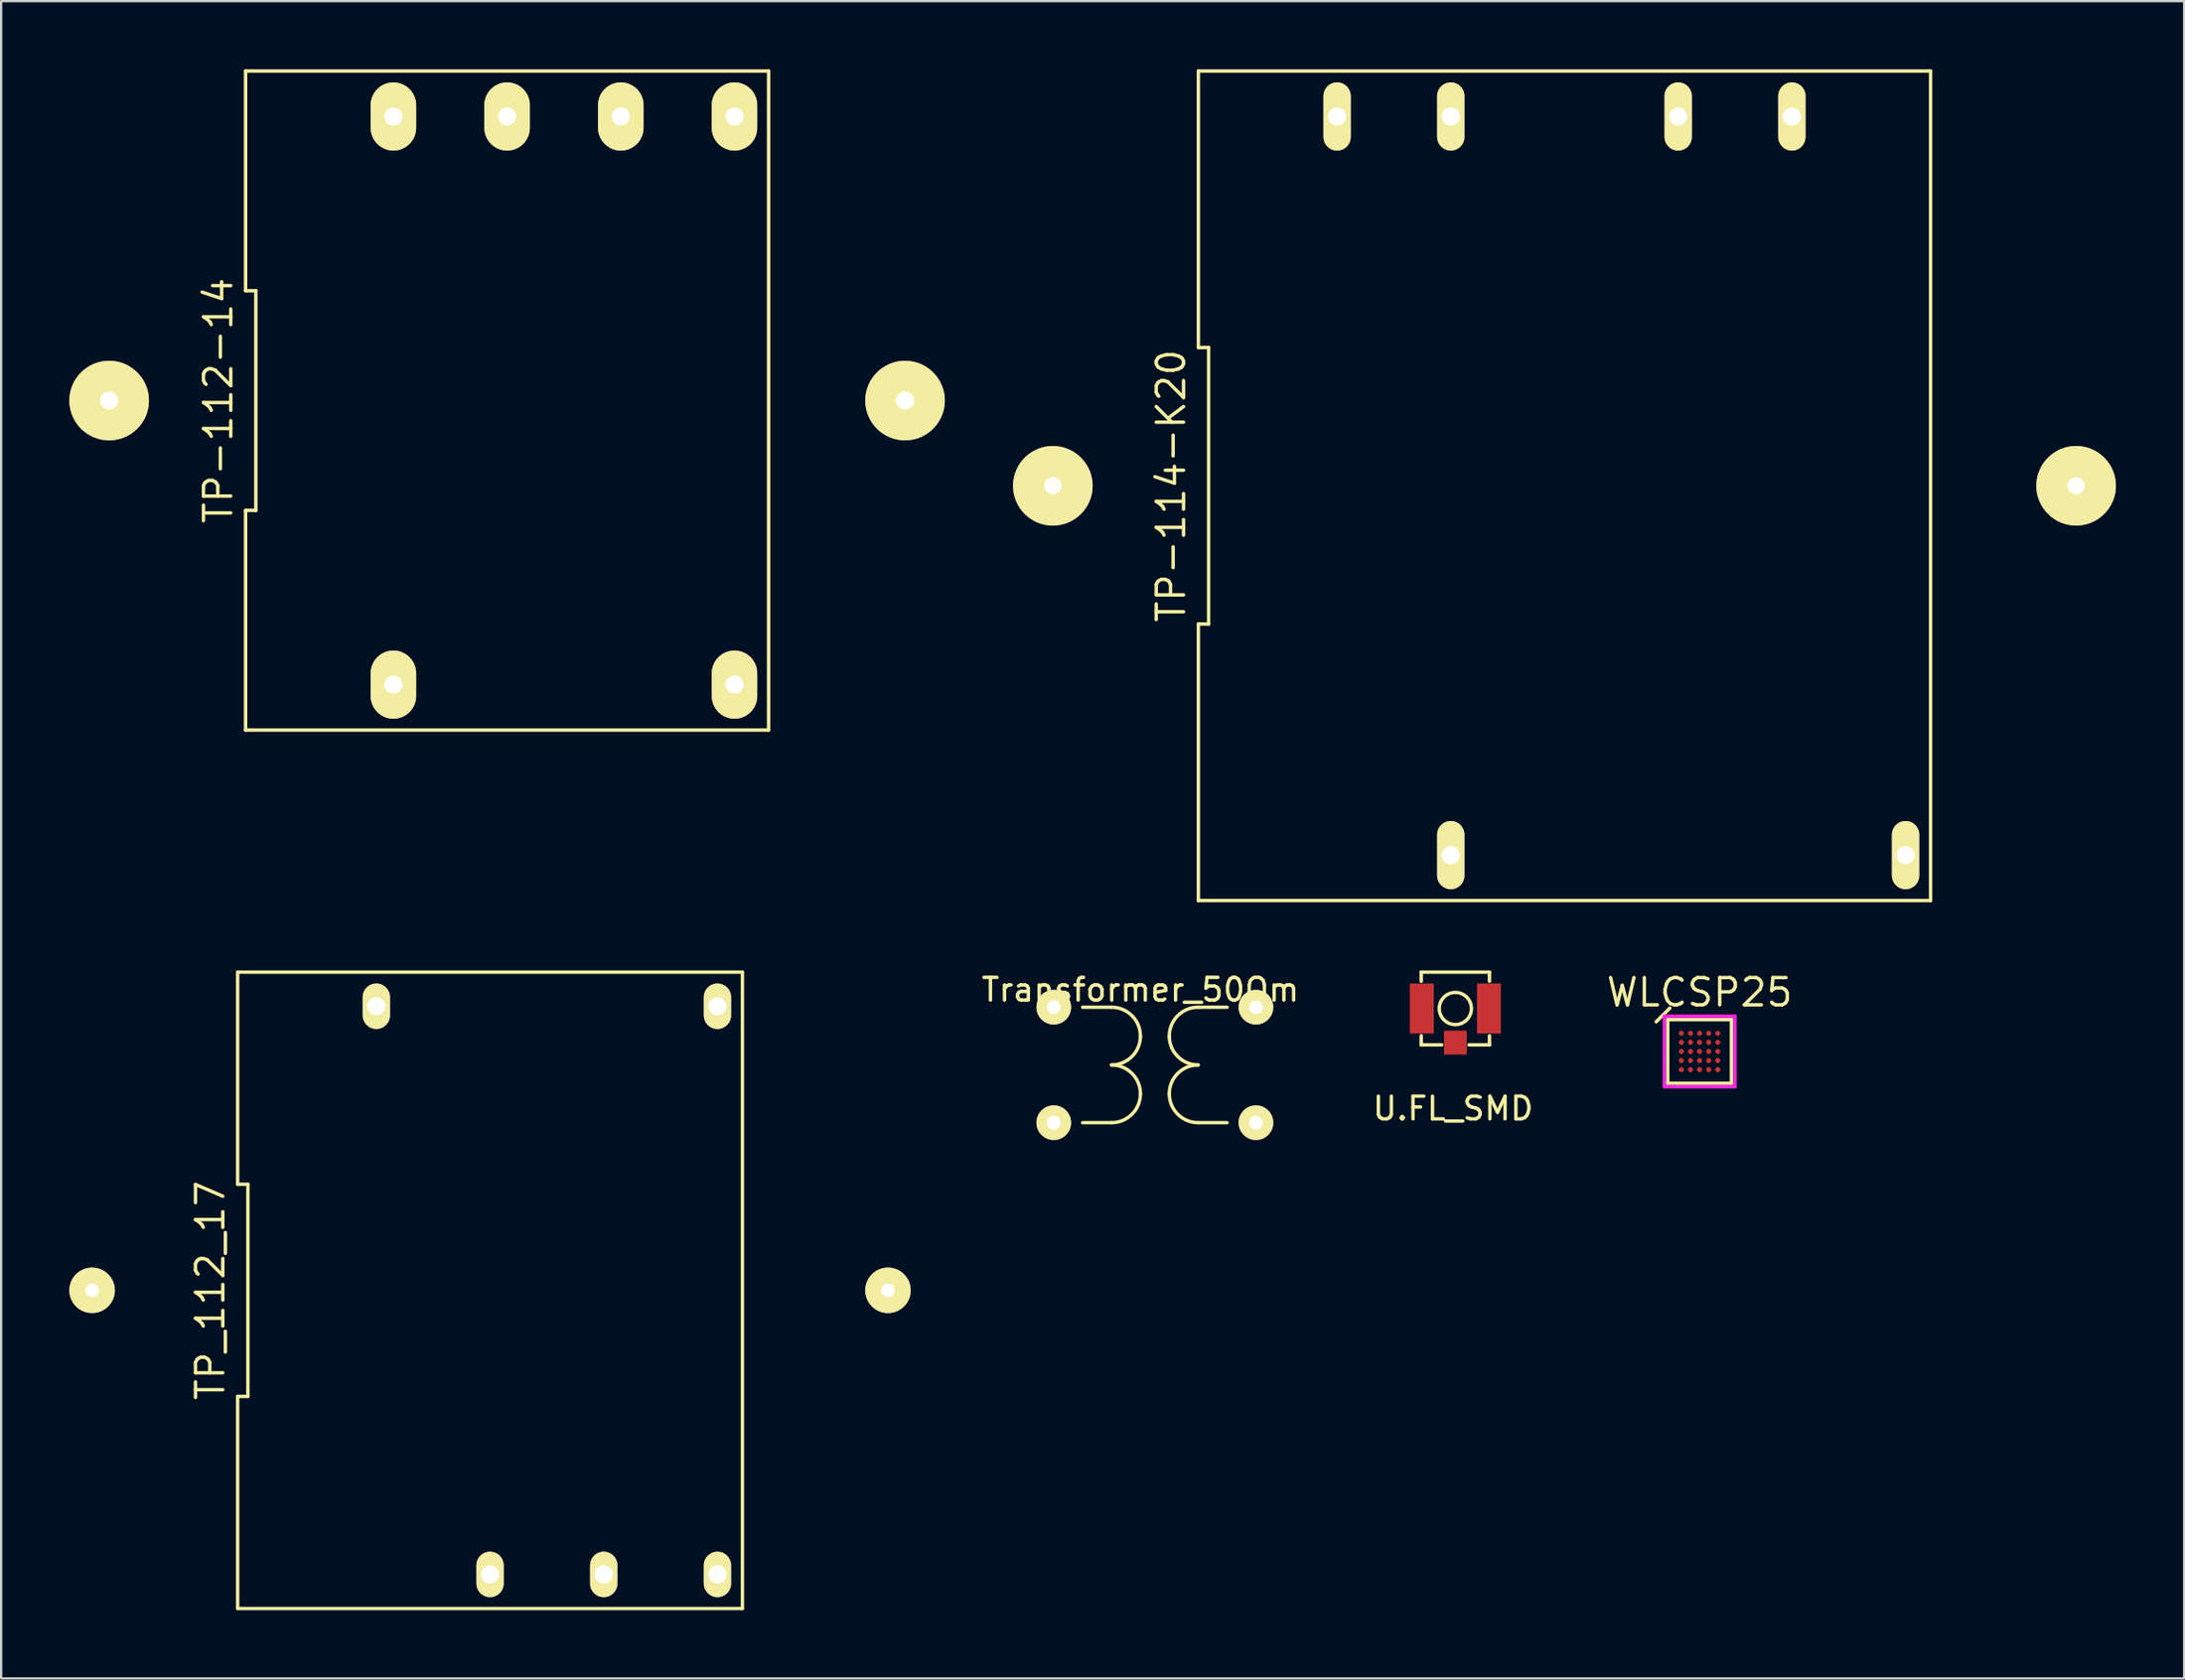
<source format=kicad_pcb>
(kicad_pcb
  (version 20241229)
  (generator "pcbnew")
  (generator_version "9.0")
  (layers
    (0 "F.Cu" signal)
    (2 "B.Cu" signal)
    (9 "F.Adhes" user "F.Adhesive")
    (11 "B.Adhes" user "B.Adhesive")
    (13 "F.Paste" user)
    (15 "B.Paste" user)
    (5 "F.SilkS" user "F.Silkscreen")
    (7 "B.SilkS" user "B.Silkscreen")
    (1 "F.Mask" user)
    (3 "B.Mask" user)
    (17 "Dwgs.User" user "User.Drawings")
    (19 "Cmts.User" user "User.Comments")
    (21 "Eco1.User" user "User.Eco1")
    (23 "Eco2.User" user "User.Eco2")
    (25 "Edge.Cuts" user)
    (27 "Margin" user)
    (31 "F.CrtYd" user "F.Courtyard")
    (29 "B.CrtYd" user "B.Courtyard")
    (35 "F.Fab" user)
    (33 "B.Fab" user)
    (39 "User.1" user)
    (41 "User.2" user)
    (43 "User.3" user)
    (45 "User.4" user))
  (footprint "TP-114-K20"
    (layer "F.Cu")
    (at 65.75 18.325)
    (property "Reference" "TP-114-K20" (at -17.3 0 90) (layer "F.SilkS") (effects (font (size 1.2 1.2) (thickness 0.15))))
    (attr through_hole)
    (fp_line (start -16.1 -6.083) (end -15.65 -6.083) (stroke (width 0.15) (type solid)) (layer "F.SilkS"))
    (fp_line (start -16.1 6.083) (end -16.1 18.25) (stroke (width 0.15) (type solid)) (layer "F.SilkS"))
    (fp_line (start -16.1 18.25) (end 16.1 18.25) (stroke (width 0.15) (type solid)) (layer "F.SilkS"))
    (fp_line (start -16.1 -18.25) (end -16.1 -6.083) (stroke (width 0.15) (type solid)) (layer "F.SilkS"))
    (fp_line (start -15.65 -6.083) (end -15.65 6.083) (stroke (width 0.15) (type solid)) (layer "F.SilkS"))
    (fp_line (start -15.65 6.083) (end -16.1 6.083) (stroke (width 0.15) (type solid)) (layer "F.SilkS"))
    (fp_line (start 16.1 18.25) (end 16.1 -18.25) (stroke (width 0.15) (type solid)) (layer "F.SilkS"))
    (fp_line (start 16.1 -18.25) (end -16.1 -18.25) (stroke (width 0.15) (type solid)) (layer "F.SilkS"))
    (pad "1" thru_hole oval (at -5 16.25) (size 1.2 3) (drill 0.8) (layers "*.Cu" "*.Mask" "F.SilkS"))
    (pad "2" thru_hole oval (at 15 16.25) (size 1.2 3) (drill 0.8) (layers "*.Cu" "*.Mask" "F.SilkS"))
    (pad "3" thru_hole oval (at 10 -16.25) (size 1.2 3) (drill 0.8) (layers "*.Cu" "*.Mask" "F.SilkS"))
    (pad "4" thru_hole oval (at 5 -16.25) (size 1.2 3) (drill 0.8) (layers "*.Cu" "*.Mask" "F.SilkS"))
    (pad "5" thru_hole oval (at -5 -16.25) (size 1.2 3) (drill 0.8) (layers "*.Cu" "*.Mask" "F.SilkS"))
    (pad "6" thru_hole oval (at -10 -16.25) (size 1.2 3) (drill 0.8) (layers "*.Cu" "*.Mask" "F.SilkS"))
    (pad "GND" thru_hole circle (at -22.5 0) (size 3.5 3.5) (drill 0.762) (layers "*.Cu" "*.Mask" "F.SilkS"))
    (pad "GND" thru_hole circle (at 22.5 0) (size 3.5 3.5) (drill 0.762) (layers "*.Cu" "*.Mask" "F.SilkS")))
  (footprint "U.FL_SMD"
    (layer "F.Cu")
    (at 60.951 41.325)
    (property "Reference" "U.FL_SMD" (at -0.1 4.4 0) (layer "F.SilkS") (effects (font (size 1 1) (thickness 0.15))))
    (attr through_hole)
    (fp_line (start -1.5 -1.6) (end 1.5 -1.6) (stroke (width 0.15) (type solid)) (layer "F.SilkS"))
    (fp_line (start -1.5 -1.2) (end -1.5 -1.6) (stroke (width 0.15) (type solid)) (layer "F.SilkS"))
    (fp_line (start -1.5 1.6) (end -1.5 1.2) (stroke (width 0.15) (type solid)) (layer "F.SilkS"))
    (fp_line (start -0.6 1.6) (end -1.5 1.6) (stroke (width 0.15) (type solid)) (layer "F.SilkS"))
    (fp_line (start 0.6 1.6) (end 1.5 1.6) (stroke (width 0.15) (type solid)) (layer "F.SilkS"))
    (fp_line (start 1.5 -1.6) (end 1.5 -1.2) (stroke (width 0.15) (type solid)) (layer "F.SilkS"))
    (fp_line (start 1.5 1.6) (end 1.5 1.2) (stroke (width 0.15) (type solid)) (layer "F.SilkS"))
    (fp_circle (center 0 0) (end 0.5 0.5) (stroke (width 0.15) (type solid)) (fill no) (layer "F.SilkS"))
    (pad "1" smd rect (at 0 1.5) (size 1 1.05) (layers "F.Cu" "F.Mask" "F.Paste"))
    (pad "2" smd rect (at -1.475 0) (size 1.05 2.2) (layers "F.Cu" "F.Mask" "F.Paste"))
    (pad "2" smd rect (at 1.475 0) (size 1.05 2.2) (layers "F.Cu" "F.Mask" "F.Paste")))
  (footprint "Transformer_50Om"
    (layer "F.Cu")
    (at 47.101 39.998)
    (property "Reference" "Transformer_50Om" (at 0 0.5 0) (layer "F.SilkS") (effects (font (size 1 1) (thickness 0.15))))
    (attr through_hole)
    (fp_line (start -1.27 1.27) (end -2.54 1.27) (stroke (width 0.15) (type solid)) (layer "F.SilkS"))
    (fp_line (start -1.27 6.35) (end -2.54 6.35) (stroke (width 0.15) (type solid)) (layer "F.SilkS"))
    (fp_line (start 2.54 1.27) (end 3.81 1.27) (stroke (width 0.15) (type solid)) (layer "F.SilkS"))
    (fp_line (start 2.54 6.35) (end 3.81 6.35) (stroke (width 0.15) (type solid)) (layer "F.SilkS"))
    (fp_arc (start -1.27 1.27) (mid -0.371974 1.641974) (end 0 2.54) (stroke (width 0.15) (type solid)) (layer "F.SilkS"))
    (fp_arc (start -1.27 3.81) (mid -0.371974 4.181974) (end 0 5.08) (stroke (width 0.15) (type solid)) (layer "F.SilkS"))
    (fp_arc (start 0 2.54) (mid -0.371974 3.438026) (end -1.27 3.81) (stroke (width 0.15) (type solid)) (layer "F.SilkS"))
    (fp_arc (start 0 5.08) (mid -0.371974 5.978026) (end -1.27 6.35) (stroke (width 0.15) (type solid)) (layer "F.SilkS"))
    (fp_arc (start 1.27 2.54) (mid 1.641974 1.641974) (end 2.54 1.27) (stroke (width 0.15) (type solid)) (layer "F.SilkS"))
    (fp_arc (start 1.27 5.08) (mid 1.641974 4.181974) (end 2.54 3.81) (stroke (width 0.15) (type solid)) (layer "F.SilkS"))
    (fp_arc (start 2.54 3.81) (mid 1.641974 3.438026) (end 1.27 2.54) (stroke (width 0.15) (type solid)) (layer "F.SilkS"))
    (fp_arc (start 2.54 6.35) (mid 1.641974 5.978026) (end 1.27 5.08) (stroke (width 0.15) (type solid)) (layer "F.SilkS"))
    (pad "1" thru_hole circle (at -3.81 1.27) (size 1.524 1.524) (drill 0.6) (layers "*.Cu" "*.Mask" "F.SilkS"))
    (pad "2" thru_hole circle (at -3.81 6.35) (size 1.524 1.524) (drill 0.6) (layers "*.Cu" "*.Mask" "F.SilkS"))
    (pad "3" thru_hole circle (at 5.08 1.27) (size 1.524 1.524) (drill 0.6) (layers "*.Cu" "*.Mask" "F.SilkS"))
    (pad "4" thru_hole circle (at 5.08 6.35) (size 1.524 1.524) (drill 0.6) (layers "*.Cu" "*.Mask" "F.SilkS")))
  (footprint "TP-112-14"
    (layer "F.Cu")
    (at 19.25 14.575)
    (property "Reference" "TP-112-14" (at -12.7 0 90) (layer "F.SilkS") (effects (font (size 1.2 1.2) (thickness 0.15))))
    (attr through_hole)
    (fp_line (start -11.5 -14.5) (end -11.5 -4.833) (stroke (width 0.15) (type solid)) (layer "F.SilkS"))
    (fp_line (start -11.5 -4.833) (end -11.05 -4.833) (stroke (width 0.15) (type solid)) (layer "F.SilkS"))
    (fp_line (start -11.5 4.833) (end -11.5 14.5) (stroke (width 0.15) (type solid)) (layer "F.SilkS"))
    (fp_line (start -11.5 14.5) (end 11.5 14.5) (stroke (width 0.15) (type solid)) (layer "F.SilkS"))
    (fp_line (start -11.05 -4.833) (end -11.05 4.833) (stroke (width 0.15) (type solid)) (layer "F.SilkS"))
    (fp_line (start -11.05 4.833) (end -11.5 4.833) (stroke (width 0.15) (type solid)) (layer "F.SilkS"))
    (fp_line (start 11.5 -14.5) (end -11.5 -14.5) (stroke (width 0.15) (type solid)) (layer "F.SilkS"))
    (fp_line (start 11.5 14.5) (end 11.5 -14.5) (stroke (width 0.15) (type solid)) (layer "F.SilkS"))
    (pad "1" thru_hole oval (at -5 12.5) (size 2 3) (drill 0.8) (layers "*.Cu" "*.Mask" "F.SilkS"))
    (pad "2" thru_hole oval (at 10 12.5) (size 2 3) (drill 0.8) (layers "*.Cu" "*.Mask" "F.SilkS"))
    (pad "3" thru_hole oval (at 10 -12.5) (size 2 3) (drill 0.8) (layers "*.Cu" "*.Mask" "F.SilkS"))
    (pad "4" thru_hole oval (at 5 -12.5) (size 2 3) (drill 0.8) (layers "*.Cu" "*.Mask" "F.SilkS"))
    (pad "5" thru_hole oval (at 0 -12.5) (size 2 3) (drill 0.8) (layers "*.Cu" "*.Mask" "F.SilkS"))
    (pad "6" thru_hole oval (at -5 -12.5) (size 2 3) (drill 0.8) (layers "*.Cu" "*.Mask" "F.SilkS"))
    (pad "GND" thru_hole circle (at -17.5 0) (size 3.5 3.5) (drill 0.8) (layers "*.Cu" "*.Mask" "F.SilkS"))
    (pad "GND" thru_hole circle (at 17.5 0) (size 3.5 3.5) (drill 0.8) (layers "*.Cu" "*.Mask" "F.SilkS")))
  (footprint "WLCSP25"
    (layer "F.Cu")
    (at 71.691 43.215)
    (property "Reference" "WLCSP25" (at 0 -2.6 0) (layer "F.SilkS") (effects (font (size 1.2 1.2) (thickness 0.15))))
    (attr through_hole)
    (fp_line (start -1.4 -1.4) (end -1.4 1.4) (stroke (width 0.15) (type solid)) (layer "F.SilkS"))
    (fp_line (start -1.4 1.4) (end 1.4 1.4) (stroke (width 0.15) (type solid)) (layer "F.SilkS"))
    (fp_line (start -1.308 -1.908) (end -1.908 -1.308) (stroke (width 0.15) (type solid)) (layer "F.SilkS"))
    (fp_line (start 1.4 -1.4) (end -1.4 -1.4) (stroke (width 0.15) (type solid)) (layer "F.SilkS"))
    (fp_line (start 1.4 1.4) (end 1.4 -1.4) (stroke (width 0.15) (type solid)) (layer "F.SilkS"))
    (fp_line (start -1.55 -1.55) (end 1.55 -1.55) (stroke (width 0.15) (type solid)) (layer "F.CrtYd"))
    (fp_line (start -1.55 1.55) (end -1.55 -1.55) (stroke (width 0.15) (type solid)) (layer "F.CrtYd"))
    (fp_line (start 1.55 -1.55) (end 1.55 1.55) (stroke (width 0.15) (type solid)) (layer "F.CrtYd"))
    (fp_line (start 1.55 1.55) (end -1.55 1.55) (stroke (width 0.15) (type solid)) (layer "F.CrtYd"))
    (pad "A1" smd circle (at -0.8 -0.8) (size 0.225 0.225) (layers "F.Cu" "F.Mask" "F.Paste"))
    (pad "A2" smd circle (at -0.4 -0.8) (size 0.225 0.225) (layers "F.Cu" "F.Mask" "F.Paste"))
    (pad "A3" smd circle (at 0 -0.8) (size 0.225 0.225) (layers "F.Cu" "F.Mask" "F.Paste"))
    (pad "A4" smd circle (at 0.4 -0.8) (size 0.225 0.225) (layers "F.Cu" "F.Mask" "F.Paste"))
    (pad "A5" smd circle (at 0.8 -0.8) (size 0.225 0.225) (layers "F.Cu" "F.Mask" "F.Paste"))
    (pad "B1" smd circle (at -0.8 -0.4) (size 0.225 0.225) (layers "F.Cu" "F.Mask" "F.Paste"))
    (pad "B2" smd circle (at -0.4 -0.4) (size 0.225 0.225) (layers "F.Cu" "F.Mask" "F.Paste"))
    (pad "B3" smd circle (at 0 -0.4) (size 0.225 0.225) (layers "F.Cu" "F.Mask" "F.Paste"))
    (pad "B4" smd circle (at 0.4 -0.4) (size 0.225 0.225) (layers "F.Cu" "F.Mask" "F.Paste"))
    (pad "B5" smd circle (at 0.8 -0.4) (size 0.225 0.225) (layers "F.Cu" "F.Mask" "F.Paste"))
    (pad "C1" smd circle (at -0.8 0) (size 0.225 0.225) (layers "F.Cu" "F.Mask" "F.Paste"))
    (pad "C2" smd circle (at -0.4 0) (size 0.225 0.225) (layers "F.Cu" "F.Mask" "F.Paste"))
    (pad "C3" smd circle (at 0 0) (size 0.225 0.225) (layers "F.Cu" "F.Mask" "F.Paste"))
    (pad "C4" smd circle (at 0.4 0) (size 0.225 0.225) (layers "F.Cu" "F.Mask" "F.Paste"))
    (pad "C5" smd circle (at 0.8 0) (size 0.225 0.225) (layers "F.Cu" "F.Mask" "F.Paste"))
    (pad "D1" smd circle (at -0.8 0.4) (size 0.225 0.225) (layers "F.Cu" "F.Mask" "F.Paste"))
    (pad "D2" smd circle (at -0.4 0.4) (size 0.225 0.225) (layers "F.Cu" "F.Mask" "F.Paste"))
    (pad "D3" smd circle (at 0 0.4) (size 0.225 0.225) (layers "F.Cu" "F.Mask" "F.Paste"))
    (pad "D4" smd circle (at 0.4 0.4) (size 0.225 0.225) (layers "F.Cu" "F.Mask" "F.Paste"))
    (pad "D5" smd circle (at 0.8 0.4) (size 0.225 0.225) (layers "F.Cu" "F.Mask" "F.Paste"))
    (pad "E1" smd circle (at -0.8 0.8) (size 0.225 0.225) (layers "F.Cu" "F.Mask" "F.Paste"))
    (pad "E2" smd circle (at -0.4 0.8) (size 0.225 0.225) (layers "F.Cu" "F.Mask" "F.Paste"))
    (pad "E3" smd circle (at 0 0.8) (size 0.225 0.225) (layers "F.Cu" "F.Mask" "F.Paste"))
    (pad "E4" smd circle (at 0.4 0.8) (size 0.225 0.225) (layers "F.Cu" "F.Mask" "F.Paste"))
    (pad "E5" smd circle (at 0.8 0.8) (size 0.225 0.225) (layers "F.Cu" "F.Mask" "F.Paste")))
  (footprint "TP_112_17"
    (layer "F.Cu")
    (at 18.5 53.725)
    (property "Reference" "TP_112_17" (at -12.3 0 90) (layer "F.SilkS") (effects (font (size 1.2 1.2) (thickness 0.15))))
    (attr through_hole)
    (fp_line (start -11.1 -14) (end -11.1 -4.667) (stroke (width 0.15) (type solid)) (layer "F.SilkS"))
    (fp_line (start -11.1 -4.667) (end -10.65 -4.667) (stroke (width 0.15) (type solid)) (layer "F.SilkS"))
    (fp_line (start -11.1 4.667) (end -11.1 14) (stroke (width 0.15) (type solid)) (layer "F.SilkS"))
    (fp_line (start -11.1 14) (end 11.1 14) (stroke (width 0.15) (type solid)) (layer "F.SilkS"))
    (fp_line (start -10.65 -4.667) (end -10.65 4.667) (stroke (width 0.15) (type solid)) (layer "F.SilkS"))
    (fp_line (start -10.65 4.667) (end -11.1 4.667) (stroke (width 0.15) (type solid)) (layer "F.SilkS"))
    (fp_line (start 11.1 -14) (end -11.1 -14) (stroke (width 0.15) (type solid)) (layer "F.SilkS"))
    (fp_line (start 11.1 14) (end 11.1 -14) (stroke (width 0.15) (type solid)) (layer "F.SilkS"))
    (pad "1" thru_hole oval (at 0 12.5) (size 1.2 2) (drill 0.8) (layers "*.Cu" "*.Mask" "F.SilkS"))
    (pad "2" thru_hole oval (at 5 12.5) (size 1.2 2) (drill 0.8) (layers "*.Cu" "*.Mask" "F.SilkS"))
    (pad "3" thru_hole oval (at 10 12.5) (size 1.2 2) (drill 0.8) (layers "*.Cu" "*.Mask" "F.SilkS"))
    (pad "4" thru_hole oval (at 10 -12.5) (size 1.2 2) (drill 0.8) (layers "*.Cu" "*.Mask" "F.SilkS"))
    (pad "5" thru_hole oval (at -5 -12.5) (size 1.2 2) (drill 0.8) (layers "*.Cu" "*.Mask" "F.SilkS"))
    (pad "GND" thru_hole circle (at 17.5 0) (size 2 2) (drill 0.6) (layers "*.Cu" "*.Mask" "F.SilkS"))
    (pad "GND1" thru_hole circle (at -17.5 0) (size 2 2) (drill 0.6) (layers "*.Cu" "*.Mask" "F.SilkS")))
  (gr_rect
    (start -3 -3)
    (end 93 70.8)
    (stroke (width 0.1) (type default))
    (fill no)
    (layer "Edge.Cuts")))
</source>
